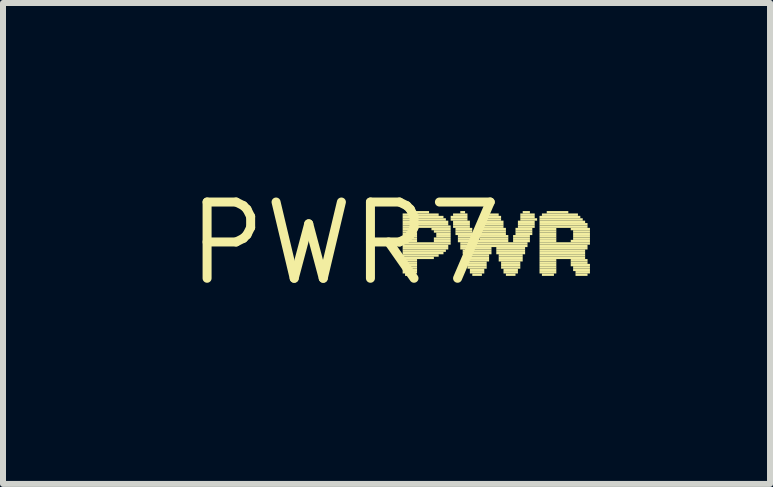
<source format=kicad_pcb>
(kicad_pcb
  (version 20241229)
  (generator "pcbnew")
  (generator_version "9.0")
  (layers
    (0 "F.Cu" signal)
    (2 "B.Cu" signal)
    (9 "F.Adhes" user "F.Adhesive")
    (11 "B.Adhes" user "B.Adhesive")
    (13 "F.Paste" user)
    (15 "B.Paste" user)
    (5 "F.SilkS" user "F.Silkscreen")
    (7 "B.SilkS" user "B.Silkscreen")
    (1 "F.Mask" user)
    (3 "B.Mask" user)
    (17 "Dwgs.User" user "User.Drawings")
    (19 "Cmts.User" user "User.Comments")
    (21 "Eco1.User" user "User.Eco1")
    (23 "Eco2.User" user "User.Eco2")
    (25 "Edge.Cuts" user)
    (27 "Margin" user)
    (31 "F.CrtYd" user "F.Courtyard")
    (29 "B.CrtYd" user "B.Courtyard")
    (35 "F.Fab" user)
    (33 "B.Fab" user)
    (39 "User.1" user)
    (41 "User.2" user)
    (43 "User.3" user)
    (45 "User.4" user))
  (footprint "PWR7"
    (layer "F.Cu")
    (at 2.698 1.006)
    (property "Reference" "PWR7" (at 0 0 0) (layer "F.SilkS") (effects (font (size 1.27 1.27) (thickness 0.15))))
    (fp_poly (pts (xy 0.96 -0.46) (xy 1.56 -0.46) (xy 1.56 -0.5) (xy 0.96 -0.5)) (stroke (width 0) (type default)) (fill yes) (layer "F.SilkS"))
    (fp_poly (pts (xy 0.96 -0.42) (xy 1.64 -0.42) (xy 1.64 -0.46) (xy 0.96 -0.46)) (stroke (width 0) (type default)) (fill yes) (layer "F.SilkS"))
    (fp_poly (pts (xy 0.96 -0.38) (xy 1.68 -0.38) (xy 1.68 -0.42) (xy 0.96 -0.42)) (stroke (width 0) (type default)) (fill yes) (layer "F.SilkS"))
    (fp_poly (pts (xy 0.96 -0.34) (xy 1.72 -0.34) (xy 1.72 -0.38) (xy 0.96 -0.38)) (stroke (width 0) (type default)) (fill yes) (layer "F.SilkS"))
    (fp_poly (pts (xy 0.96 -0.3) (xy 1.72 -0.3) (xy 1.72 -0.34) (xy 0.96 -0.34)) (stroke (width 0) (type default)) (fill yes) (layer "F.SilkS"))
    (fp_poly (pts (xy 0.96 -0.26) (xy 1.76 -0.26) (xy 1.76 -0.3) (xy 0.96 -0.3)) (stroke (width 0) (type default)) (fill yes) (layer "F.SilkS"))
    (fp_poly (pts (xy 0.96 -0.22) (xy 1.2 -0.22) (xy 1.2 -0.26) (xy 0.96 -0.26)) (stroke (width 0) (type default)) (fill yes) (layer "F.SilkS"))
    (fp_poly (pts (xy 0.96 -0.18) (xy 1.2 -0.18) (xy 1.2 -0.22) (xy 0.96 -0.22)) (stroke (width 0) (type default)) (fill yes) (layer "F.SilkS"))
    (fp_poly (pts (xy 0.96 -0.14) (xy 1.2 -0.14) (xy 1.2 -0.18) (xy 0.96 -0.18)) (stroke (width 0) (type default)) (fill yes) (layer "F.SilkS"))
    (fp_poly (pts (xy 0.96 -0.1) (xy 1.2 -0.1) (xy 1.2 -0.14) (xy 0.96 -0.14)) (stroke (width 0) (type default)) (fill yes) (layer "F.SilkS"))
    (fp_poly (pts (xy 0.96 -0.06) (xy 1.2 -0.06) (xy 1.2 -0.1) (xy 0.96 -0.1)) (stroke (width 0) (type default)) (fill yes) (layer "F.SilkS"))
    (fp_poly (pts (xy 0.96 -0.02) (xy 1.2 -0.02) (xy 1.2 -0.06) (xy 0.96 -0.06)) (stroke (width 0) (type default)) (fill yes) (layer "F.SilkS"))
    (fp_poly (pts (xy 0.96 0.02) (xy 1.76 0.02) (xy 1.76 -0.02) (xy 0.96 -0.02)) (stroke (width 0) (type default)) (fill yes) (layer "F.SilkS"))
    (fp_poly (pts (xy 0.96 0.06) (xy 1.72 0.06) (xy 1.72 0.02) (xy 0.96 0.02)) (stroke (width 0) (type default)) (fill yes) (layer "F.SilkS"))
    (fp_poly (pts (xy 0.96 0.1) (xy 1.72 0.1) (xy 1.72 0.06) (xy 0.96 0.06)) (stroke (width 0) (type default)) (fill yes) (layer "F.SilkS"))
    (fp_poly (pts (xy 0.96 0.14) (xy 1.68 0.14) (xy 1.68 0.1) (xy 0.96 0.1)) (stroke (width 0) (type default)) (fill yes) (layer "F.SilkS"))
    (fp_poly (pts (xy 0.96 0.18) (xy 1.64 0.18) (xy 1.64 0.14) (xy 0.96 0.14)) (stroke (width 0) (type default)) (fill yes) (layer "F.SilkS"))
    (fp_poly (pts (xy 0.96 0.22) (xy 1.56 0.22) (xy 1.56 0.18) (xy 0.96 0.18)) (stroke (width 0) (type default)) (fill yes) (layer "F.SilkS"))
    (fp_poly (pts (xy 0.96 0.26) (xy 1.48 0.26) (xy 1.48 0.22) (xy 0.96 0.22)) (stroke (width 0) (type default)) (fill yes) (layer "F.SilkS"))
    (fp_poly (pts (xy 0.96 0.3) (xy 1.2 0.3) (xy 1.2 0.26) (xy 0.96 0.26)) (stroke (width 0) (type default)) (fill yes) (layer "F.SilkS"))
    (fp_poly (pts (xy 0.96 0.34) (xy 1.2 0.34) (xy 1.2 0.3) (xy 0.96 0.3)) (stroke (width 0) (type default)) (fill yes) (layer "F.SilkS"))
    (fp_poly (pts (xy 0.96 0.38) (xy 1.2 0.38) (xy 1.2 0.34) (xy 0.96 0.34)) (stroke (width 0) (type default)) (fill yes) (layer "F.SilkS"))
    (fp_poly (pts (xy 0.96 0.42) (xy 1.2 0.42) (xy 1.2 0.38) (xy 0.96 0.38)) (stroke (width 0) (type default)) (fill yes) (layer "F.SilkS"))
    (fp_poly (pts (xy 0.96 0.46) (xy 1.2 0.46) (xy 1.2 0.42) (xy 0.96 0.42)) (stroke (width 0) (type default)) (fill yes) (layer "F.SilkS"))
    (fp_poly (pts (xy 0.96 0.5) (xy 1.2 0.5) (xy 1.2 0.46) (xy 0.96 0.46)) (stroke (width 0) (type default)) (fill yes) (layer "F.SilkS"))
    (fp_poly (pts (xy 1 0.54) (xy 1.16 0.54) (xy 1.16 0.5) (xy 1 0.5)) (stroke (width 0) (type default)) (fill yes) (layer "F.SilkS"))
    (fp_poly (pts (xy 1.04 -0.5) (xy 1.4 -0.5) (xy 1.4 -0.54) (xy 1.04 -0.54)) (stroke (width 0) (type default)) (fill yes) (layer "F.SilkS"))
    (fp_poly (pts (xy 1.44 -0.22) (xy 1.76 -0.22) (xy 1.76 -0.26) (xy 1.44 -0.26)) (stroke (width 0) (type default)) (fill yes) (layer "F.SilkS"))
    (fp_poly (pts (xy 1.48 -0.18) (xy 1.76 -0.18) (xy 1.76 -0.22) (xy 1.48 -0.22)) (stroke (width 0) (type default)) (fill yes) (layer "F.SilkS"))
    (fp_poly (pts (xy 1.48 -0.06) (xy 1.76 -0.06) (xy 1.76 -0.1) (xy 1.48 -0.1)) (stroke (width 0) (type default)) (fill yes) (layer "F.SilkS"))
    (fp_poly (pts (xy 1.48 -0.02) (xy 1.76 -0.02) (xy 1.76 -0.06) (xy 1.48 -0.06)) (stroke (width 0) (type default)) (fill yes) (layer "F.SilkS"))
    (fp_poly (pts (xy 1.52 -0.14) (xy 1.76 -0.14) (xy 1.76 -0.18) (xy 1.52 -0.18)) (stroke (width 0) (type default)) (fill yes) (layer "F.SilkS"))
    (fp_poly (pts (xy 1.52 -0.1) (xy 1.76 -0.1) (xy 1.76 -0.14) (xy 1.52 -0.14)) (stroke (width 0) (type default)) (fill yes) (layer "F.SilkS"))
    (fp_poly (pts (xy 1.76 -0.42) (xy 2.04 -0.42) (xy 2.04 -0.46) (xy 1.76 -0.46)) (stroke (width 0) (type default)) (fill yes) (layer "F.SilkS"))
    (fp_poly (pts (xy 1.76 -0.38) (xy 2.04 -0.38) (xy 2.04 -0.42) (xy 1.76 -0.42)) (stroke (width 0) (type default)) (fill yes) (layer "F.SilkS"))
    (fp_poly (pts (xy 1.8 -0.46) (xy 2.04 -0.46) (xy 2.04 -0.5) (xy 1.8 -0.5)) (stroke (width 0) (type default)) (fill yes) (layer "F.SilkS"))
    (fp_poly (pts (xy 1.8 -0.34) (xy 2.08 -0.34) (xy 2.08 -0.38) (xy 1.8 -0.38)) (stroke (width 0) (type default)) (fill yes) (layer "F.SilkS"))
    (fp_poly (pts (xy 1.8 -0.3) (xy 2.08 -0.3) (xy 2.08 -0.34) (xy 1.8 -0.34)) (stroke (width 0) (type default)) (fill yes) (layer "F.SilkS"))
    (fp_poly (pts (xy 1.8 -0.26) (xy 2.08 -0.26) (xy 2.08 -0.3) (xy 1.8 -0.3)) (stroke (width 0) (type default)) (fill yes) (layer "F.SilkS"))
    (fp_poly (pts (xy 1.84 -0.22) (xy 2.12 -0.22) (xy 2.12 -0.26) (xy 1.84 -0.26)) (stroke (width 0) (type default)) (fill yes) (layer "F.SilkS"))
    (fp_poly (pts (xy 1.84 -0.18) (xy 2.12 -0.18) (xy 2.12 -0.22) (xy 1.84 -0.22)) (stroke (width 0) (type default)) (fill yes) (layer "F.SilkS"))
    (fp_poly (pts (xy 1.84 -0.14) (xy 2.12 -0.14) (xy 2.12 -0.18) (xy 1.84 -0.18)) (stroke (width 0) (type default)) (fill yes) (layer "F.SilkS"))
    (fp_poly (pts (xy 1.88 -0.1) (xy 2.16 -0.1) (xy 2.16 -0.14) (xy 1.88 -0.14)) (stroke (width 0) (type default)) (fill yes) (layer "F.SilkS"))
    (fp_poly (pts (xy 1.88 -0.06) (xy 2.16 -0.06) (xy 2.16 -0.1) (xy 1.88 -0.1)) (stroke (width 0) (type default)) (fill yes) (layer "F.SilkS"))
    (fp_poly (pts (xy 1.88 -0.02) (xy 2.16 -0.02) (xy 2.16 -0.06) (xy 1.88 -0.06)) (stroke (width 0) (type default)) (fill yes) (layer "F.SilkS"))
    (fp_poly (pts (xy 1.92 -0.5) (xy 2 -0.5) (xy 2 -0.54) (xy 1.92 -0.54)) (stroke (width 0) (type default)) (fill yes) (layer "F.SilkS"))
    (fp_poly (pts (xy 1.92 0.02) (xy 3.04 0.02) (xy 3.04 -0.02) (xy 1.92 -0.02)) (stroke (width 0) (type default)) (fill yes) (layer "F.SilkS"))
    (fp_poly (pts (xy 1.92 0.06) (xy 3.04 0.06) (xy 3.04 0.02) (xy 1.92 0.02)) (stroke (width 0) (type default)) (fill yes) (layer "F.SilkS"))
    (fp_poly (pts (xy 1.92 0.1) (xy 2.44 0.1) (xy 2.44 0.06) (xy 1.92 0.06)) (stroke (width 0) (type default)) (fill yes) (layer "F.SilkS"))
    (fp_poly (pts (xy 1.96 0.14) (xy 2.44 0.14) (xy 2.44 0.1) (xy 1.96 0.1)) (stroke (width 0) (type default)) (fill yes) (layer "F.SilkS"))
    (fp_poly (pts (xy 1.96 0.18) (xy 2.44 0.18) (xy 2.44 0.14) (xy 1.96 0.14)) (stroke (width 0) (type default)) (fill yes) (layer "F.SilkS"))
    (fp_poly (pts (xy 2 0.22) (xy 2.4 0.22) (xy 2.4 0.18) (xy 2 0.18)) (stroke (width 0) (type default)) (fill yes) (layer "F.SilkS"))
    (fp_poly (pts (xy 2 0.26) (xy 2.4 0.26) (xy 2.4 0.22) (xy 2 0.22)) (stroke (width 0) (type default)) (fill yes) (layer "F.SilkS"))
    (fp_poly (pts (xy 2 0.3) (xy 2.4 0.3) (xy 2.4 0.26) (xy 2 0.26)) (stroke (width 0) (type default)) (fill yes) (layer "F.SilkS"))
    (fp_poly (pts (xy 2.04 0.34) (xy 2.36 0.34) (xy 2.36 0.3) (xy 2.04 0.3)) (stroke (width 0) (type default)) (fill yes) (layer "F.SilkS"))
    (fp_poly (pts (xy 2.04 0.38) (xy 2.36 0.38) (xy 2.36 0.34) (xy 2.04 0.34)) (stroke (width 0) (type default)) (fill yes) (layer "F.SilkS"))
    (fp_poly (pts (xy 2.04 0.42) (xy 2.36 0.42) (xy 2.36 0.38) (xy 2.04 0.38)) (stroke (width 0) (type default)) (fill yes) (layer "F.SilkS"))
    (fp_poly (pts (xy 2.08 0.46) (xy 2.32 0.46) (xy 2.32 0.42) (xy 2.08 0.42)) (stroke (width 0) (type default)) (fill yes) (layer "F.SilkS"))
    (fp_poly (pts (xy 2.08 0.5) (xy 2.32 0.5) (xy 2.32 0.46) (xy 2.08 0.46)) (stroke (width 0) (type default)) (fill yes) (layer "F.SilkS"))
    (fp_poly (pts (xy 2.12 0.54) (xy 2.28 0.54) (xy 2.28 0.5) (xy 2.12 0.5)) (stroke (width 0) (type default)) (fill yes) (layer "F.SilkS"))
    (fp_poly (pts (xy 2.2 -0.02) (xy 2.72 -0.02) (xy 2.72 -0.06) (xy 2.2 -0.06)) (stroke (width 0) (type default)) (fill yes) (layer "F.SilkS"))
    (fp_poly (pts (xy 2.24 -0.14) (xy 2.68 -0.14) (xy 2.68 -0.18) (xy 2.24 -0.18)) (stroke (width 0) (type default)) (fill yes) (layer "F.SilkS"))
    (fp_poly (pts (xy 2.24 -0.1) (xy 2.72 -0.1) (xy 2.72 -0.14) (xy 2.24 -0.14)) (stroke (width 0) (type default)) (fill yes) (layer "F.SilkS"))
    (fp_poly (pts (xy 2.24 -0.06) (xy 2.72 -0.06) (xy 2.72 -0.1) (xy 2.24 -0.1)) (stroke (width 0) (type default)) (fill yes) (layer "F.SilkS"))
    (fp_poly (pts (xy 2.28 -0.26) (xy 2.64 -0.26) (xy 2.64 -0.3) (xy 2.28 -0.3)) (stroke (width 0) (type default)) (fill yes) (layer "F.SilkS"))
    (fp_poly (pts (xy 2.28 -0.22) (xy 2.68 -0.22) (xy 2.68 -0.26) (xy 2.28 -0.26)) (stroke (width 0) (type default)) (fill yes) (layer "F.SilkS"))
    (fp_poly (pts (xy 2.28 -0.18) (xy 2.68 -0.18) (xy 2.68 -0.22) (xy 2.28 -0.22)) (stroke (width 0) (type default)) (fill yes) (layer "F.SilkS"))
    (fp_poly (pts (xy 2.32 -0.38) (xy 2.6 -0.38) (xy 2.6 -0.42) (xy 2.32 -0.42)) (stroke (width 0) (type default)) (fill yes) (layer "F.SilkS"))
    (fp_poly (pts (xy 2.32 -0.34) (xy 2.64 -0.34) (xy 2.64 -0.38) (xy 2.32 -0.38)) (stroke (width 0) (type default)) (fill yes) (layer "F.SilkS"))
    (fp_poly (pts (xy 2.32 -0.3) (xy 2.64 -0.3) (xy 2.64 -0.34) (xy 2.32 -0.34)) (stroke (width 0) (type default)) (fill yes) (layer "F.SilkS"))
    (fp_poly (pts (xy 2.36 -0.42) (xy 2.6 -0.42) (xy 2.6 -0.46) (xy 2.36 -0.46)) (stroke (width 0) (type default)) (fill yes) (layer "F.SilkS"))
    (fp_poly (pts (xy 2.4 -0.46) (xy 2.56 -0.46) (xy 2.56 -0.5) (xy 2.4 -0.5)) (stroke (width 0) (type default)) (fill yes) (layer "F.SilkS"))
    (fp_poly (pts (xy 2.52 0.1) (xy 3 0.1) (xy 3 0.06) (xy 2.52 0.06)) (stroke (width 0) (type default)) (fill yes) (layer "F.SilkS"))
    (fp_poly (pts (xy 2.52 0.14) (xy 3 0.14) (xy 3 0.1) (xy 2.52 0.1)) (stroke (width 0) (type default)) (fill yes) (layer "F.SilkS"))
    (fp_poly (pts (xy 2.52 0.18) (xy 3 0.18) (xy 3 0.14) (xy 2.52 0.14)) (stroke (width 0) (type default)) (fill yes) (layer "F.SilkS"))
    (fp_poly (pts (xy 2.56 0.22) (xy 2.96 0.22) (xy 2.96 0.18) (xy 2.56 0.18)) (stroke (width 0) (type default)) (fill yes) (layer "F.SilkS"))
    (fp_poly (pts (xy 2.56 0.26) (xy 2.96 0.26) (xy 2.96 0.22) (xy 2.56 0.22)) (stroke (width 0) (type default)) (fill yes) (layer "F.SilkS"))
    (fp_poly (pts (xy 2.56 0.3) (xy 2.96 0.3) (xy 2.96 0.26) (xy 2.56 0.26)) (stroke (width 0) (type default)) (fill yes) (layer "F.SilkS"))
    (fp_poly (pts (xy 2.6 0.34) (xy 2.92 0.34) (xy 2.92 0.3) (xy 2.6 0.3)) (stroke (width 0) (type default)) (fill yes) (layer "F.SilkS"))
    (fp_poly (pts (xy 2.6 0.38) (xy 2.92 0.38) (xy 2.92 0.34) (xy 2.6 0.34)) (stroke (width 0) (type default)) (fill yes) (layer "F.SilkS"))
    (fp_poly (pts (xy 2.6 0.42) (xy 2.92 0.42) (xy 2.92 0.38) (xy 2.6 0.38)) (stroke (width 0) (type default)) (fill yes) (layer "F.SilkS"))
    (fp_poly (pts (xy 2.64 0.46) (xy 2.88 0.46) (xy 2.88 0.42) (xy 2.64 0.42)) (stroke (width 0) (type default)) (fill yes) (layer "F.SilkS"))
    (fp_poly (pts (xy 2.64 0.5) (xy 2.88 0.5) (xy 2.88 0.46) (xy 2.64 0.46)) (stroke (width 0) (type default)) (fill yes) (layer "F.SilkS"))
    (fp_poly (pts (xy 2.68 0.54) (xy 2.84 0.54) (xy 2.84 0.5) (xy 2.68 0.5)) (stroke (width 0) (type default)) (fill yes) (layer "F.SilkS"))
    (fp_poly (pts (xy 2.8 -0.1) (xy 3.08 -0.1) (xy 3.08 -0.14) (xy 2.8 -0.14)) (stroke (width 0) (type default)) (fill yes) (layer "F.SilkS"))
    (fp_poly (pts (xy 2.8 -0.06) (xy 3.08 -0.06) (xy 3.08 -0.1) (xy 2.8 -0.1)) (stroke (width 0) (type default)) (fill yes) (layer "F.SilkS"))
    (fp_poly (pts (xy 2.8 -0.02) (xy 3.08 -0.02) (xy 3.08 -0.06) (xy 2.8 -0.06)) (stroke (width 0) (type default)) (fill yes) (layer "F.SilkS"))
    (fp_poly (pts (xy 2.84 -0.22) (xy 3.12 -0.22) (xy 3.12 -0.26) (xy 2.84 -0.26)) (stroke (width 0) (type default)) (fill yes) (layer "F.SilkS"))
    (fp_poly (pts (xy 2.84 -0.18) (xy 3.12 -0.18) (xy 3.12 -0.22) (xy 2.84 -0.22)) (stroke (width 0) (type default)) (fill yes) (layer "F.SilkS"))
    (fp_poly (pts (xy 2.84 -0.14) (xy 3.12 -0.14) (xy 3.12 -0.18) (xy 2.84 -0.18)) (stroke (width 0) (type default)) (fill yes) (layer "F.SilkS"))
    (fp_poly (pts (xy 2.88 -0.34) (xy 3.16 -0.34) (xy 3.16 -0.38) (xy 2.88 -0.38)) (stroke (width 0) (type default)) (fill yes) (layer "F.SilkS"))
    (fp_poly (pts (xy 2.88 -0.3) (xy 3.16 -0.3) (xy 3.16 -0.34) (xy 2.88 -0.34)) (stroke (width 0) (type default)) (fill yes) (layer "F.SilkS"))
    (fp_poly (pts (xy 2.88 -0.26) (xy 3.16 -0.26) (xy 3.16 -0.3) (xy 2.88 -0.3)) (stroke (width 0) (type default)) (fill yes) (layer "F.SilkS"))
    (fp_poly (pts (xy 2.92 -0.46) (xy 3.16 -0.46) (xy 3.16 -0.5) (xy 2.92 -0.5)) (stroke (width 0) (type default)) (fill yes) (layer "F.SilkS"))
    (fp_poly (pts (xy 2.92 -0.42) (xy 3.16 -0.42) (xy 3.16 -0.46) (xy 2.92 -0.46)) (stroke (width 0) (type default)) (fill yes) (layer "F.SilkS"))
    (fp_poly (pts (xy 2.92 -0.38) (xy 3.2 -0.38) (xy 3.2 -0.42) (xy 2.92 -0.42)) (stroke (width 0) (type default)) (fill yes) (layer "F.SilkS"))
    (fp_poly (pts (xy 2.96 -0.5) (xy 3.08 -0.5) (xy 3.08 -0.54) (xy 2.96 -0.54)) (stroke (width 0) (type default)) (fill yes) (layer "F.SilkS"))
    (fp_poly (pts (xy 3.24 -0.42) (xy 3.92 -0.42) (xy 3.92 -0.46) (xy 3.24 -0.46)) (stroke (width 0) (type default)) (fill yes) (layer "F.SilkS"))
    (fp_poly (pts (xy 3.24 -0.38) (xy 3.96 -0.38) (xy 3.96 -0.42) (xy 3.24 -0.42)) (stroke (width 0) (type default)) (fill yes) (layer "F.SilkS"))
    (fp_poly (pts (xy 3.24 -0.34) (xy 4 -0.34) (xy 4 -0.38) (xy 3.24 -0.38)) (stroke (width 0) (type default)) (fill yes) (layer "F.SilkS"))
    (fp_poly (pts (xy 3.24 -0.3) (xy 4.04 -0.3) (xy 4.04 -0.34) (xy 3.24 -0.34)) (stroke (width 0) (type default)) (fill yes) (layer "F.SilkS"))
    (fp_poly (pts (xy 3.24 -0.26) (xy 4.04 -0.26) (xy 4.04 -0.3) (xy 3.24 -0.3)) (stroke (width 0) (type default)) (fill yes) (layer "F.SilkS"))
    (fp_poly (pts (xy 3.24 -0.22) (xy 3.52 -0.22) (xy 3.52 -0.26) (xy 3.24 -0.26)) (stroke (width 0) (type default)) (fill yes) (layer "F.SilkS"))
    (fp_poly (pts (xy 3.24 -0.18) (xy 3.52 -0.18) (xy 3.52 -0.22) (xy 3.24 -0.22)) (stroke (width 0) (type default)) (fill yes) (layer "F.SilkS"))
    (fp_poly (pts (xy 3.24 -0.14) (xy 3.52 -0.14) (xy 3.52 -0.18) (xy 3.24 -0.18)) (stroke (width 0) (type default)) (fill yes) (layer "F.SilkS"))
    (fp_poly (pts (xy 3.24 -0.1) (xy 3.52 -0.1) (xy 3.52 -0.14) (xy 3.24 -0.14)) (stroke (width 0) (type default)) (fill yes) (layer "F.SilkS"))
    (fp_poly (pts (xy 3.24 -0.06) (xy 3.52 -0.06) (xy 3.52 -0.1) (xy 3.24 -0.1)) (stroke (width 0) (type default)) (fill yes) (layer "F.SilkS"))
    (fp_poly (pts (xy 3.24 -0.02) (xy 3.52 -0.02) (xy 3.52 -0.06) (xy 3.24 -0.06)) (stroke (width 0) (type default)) (fill yes) (layer "F.SilkS"))
    (fp_poly (pts (xy 3.24 0.02) (xy 4.08 0.02) (xy 4.08 -0.02) (xy 3.24 -0.02)) (stroke (width 0) (type default)) (fill yes) (layer "F.SilkS"))
    (fp_poly (pts (xy 3.24 0.06) (xy 4.04 0.06) (xy 4.04 0.02) (xy 3.24 0.02)) (stroke (width 0) (type default)) (fill yes) (layer "F.SilkS"))
    (fp_poly (pts (xy 3.24 0.1) (xy 4.04 0.1) (xy 4.04 0.06) (xy 3.24 0.06)) (stroke (width 0) (type default)) (fill yes) (layer "F.SilkS"))
    (fp_poly (pts (xy 3.24 0.14) (xy 4 0.14) (xy 4 0.1) (xy 3.24 0.1)) (stroke (width 0) (type default)) (fill yes) (layer "F.SilkS"))
    (fp_poly (pts (xy 3.24 0.18) (xy 4 0.18) (xy 4 0.14) (xy 3.24 0.14)) (stroke (width 0) (type default)) (fill yes) (layer "F.SilkS"))
    (fp_poly (pts (xy 3.24 0.22) (xy 4 0.22) (xy 4 0.18) (xy 3.24 0.18)) (stroke (width 0) (type default)) (fill yes) (layer "F.SilkS"))
    (fp_poly (pts (xy 3.24 0.26) (xy 4 0.26) (xy 4 0.22) (xy 3.24 0.22)) (stroke (width 0) (type default)) (fill yes) (layer "F.SilkS"))
    (fp_poly (pts (xy 3.24 0.3) (xy 3.52 0.3) (xy 3.52 0.26) (xy 3.24 0.26)) (stroke (width 0) (type default)) (fill yes) (layer "F.SilkS"))
    (fp_poly (pts (xy 3.24 0.34) (xy 3.52 0.34) (xy 3.52 0.3) (xy 3.24 0.3)) (stroke (width 0) (type default)) (fill yes) (layer "F.SilkS"))
    (fp_poly (pts (xy 3.24 0.38) (xy 3.52 0.38) (xy 3.52 0.34) (xy 3.24 0.34)) (stroke (width 0) (type default)) (fill yes) (layer "F.SilkS"))
    (fp_poly (pts (xy 3.24 0.42) (xy 3.52 0.42) (xy 3.52 0.38) (xy 3.24 0.38)) (stroke (width 0) (type default)) (fill yes) (layer "F.SilkS"))
    (fp_poly (pts (xy 3.24 0.46) (xy 3.52 0.46) (xy 3.52 0.42) (xy 3.24 0.42)) (stroke (width 0) (type default)) (fill yes) (layer "F.SilkS"))
    (fp_poly (pts (xy 3.24 0.5) (xy 3.52 0.5) (xy 3.52 0.46) (xy 3.24 0.46)) (stroke (width 0) (type default)) (fill yes) (layer "F.SilkS"))
    (fp_poly (pts (xy 3.28 -0.46) (xy 3.88 -0.46) (xy 3.88 -0.5) (xy 3.28 -0.5)) (stroke (width 0) (type default)) (fill yes) (layer "F.SilkS"))
    (fp_poly (pts (xy 3.28 0.54) (xy 3.48 0.54) (xy 3.48 0.5) (xy 3.28 0.5)) (stroke (width 0) (type default)) (fill yes) (layer "F.SilkS"))
    (fp_poly (pts (xy 3.36 -0.5) (xy 3.72 -0.5) (xy 3.72 -0.54) (xy 3.36 -0.54)) (stroke (width 0) (type default)) (fill yes) (layer "F.SilkS"))
    (fp_poly (pts (xy 3.76 -0.22) (xy 4.08 -0.22) (xy 4.08 -0.26) (xy 3.76 -0.26)) (stroke (width 0) (type default)) (fill yes) (layer "F.SilkS"))
    (fp_poly (pts (xy 3.76 -0.02) (xy 4.08 -0.02) (xy 4.08 -0.06) (xy 3.76 -0.06)) (stroke (width 0) (type default)) (fill yes) (layer "F.SilkS"))
    (fp_poly (pts (xy 3.76 0.3) (xy 4.04 0.3) (xy 4.04 0.26) (xy 3.76 0.26)) (stroke (width 0) (type default)) (fill yes) (layer "F.SilkS"))
    (fp_poly (pts (xy 3.76 0.34) (xy 4.04 0.34) (xy 4.04 0.3) (xy 3.76 0.3)) (stroke (width 0) (type default)) (fill yes) (layer "F.SilkS"))
    (fp_poly (pts (xy 3.76 0.38) (xy 4.08 0.38) (xy 4.08 0.34) (xy 3.76 0.34)) (stroke (width 0) (type default)) (fill yes) (layer "F.SilkS"))
    (fp_poly (pts (xy 3.8 -0.18) (xy 4.08 -0.18) (xy 4.08 -0.22) (xy 3.8 -0.22)) (stroke (width 0) (type default)) (fill yes) (layer "F.SilkS"))
    (fp_poly (pts (xy 3.8 -0.14) (xy 4.08 -0.14) (xy 4.08 -0.18) (xy 3.8 -0.18)) (stroke (width 0) (type default)) (fill yes) (layer "F.SilkS"))
    (fp_poly (pts (xy 3.8 -0.1) (xy 4.08 -0.1) (xy 4.08 -0.14) (xy 3.8 -0.14)) (stroke (width 0) (type default)) (fill yes) (layer "F.SilkS"))
    (fp_poly (pts (xy 3.8 -0.06) (xy 4.08 -0.06) (xy 4.08 -0.1) (xy 3.8 -0.1)) (stroke (width 0) (type default)) (fill yes) (layer "F.SilkS"))
    (fp_poly (pts (xy 3.8 0.42) (xy 4.08 0.42) (xy 4.08 0.38) (xy 3.8 0.38)) (stroke (width 0) (type default)) (fill yes) (layer "F.SilkS"))
    (fp_poly (pts (xy 3.8 0.46) (xy 4.08 0.46) (xy 4.08 0.42) (xy 3.8 0.42)) (stroke (width 0) (type default)) (fill yes) (layer "F.SilkS"))
    (fp_poly (pts (xy 3.84 0.5) (xy 4.08 0.5) (xy 4.08 0.46) (xy 3.84 0.46)) (stroke (width 0) (type default)) (fill yes) (layer "F.SilkS"))
    (fp_poly (pts (xy 3.84 0.54) (xy 4.04 0.54) (xy 4.04 0.5) (xy 3.84 0.5)) (stroke (width 0) (type default)) (fill yes) (layer "F.SilkS")))
  (gr_rect
    (start -3 -3)
    (end 9.778 5.012)
    (stroke (width 0.1) (type default))
    (fill no)
    (layer "Edge.Cuts")))
</source>
